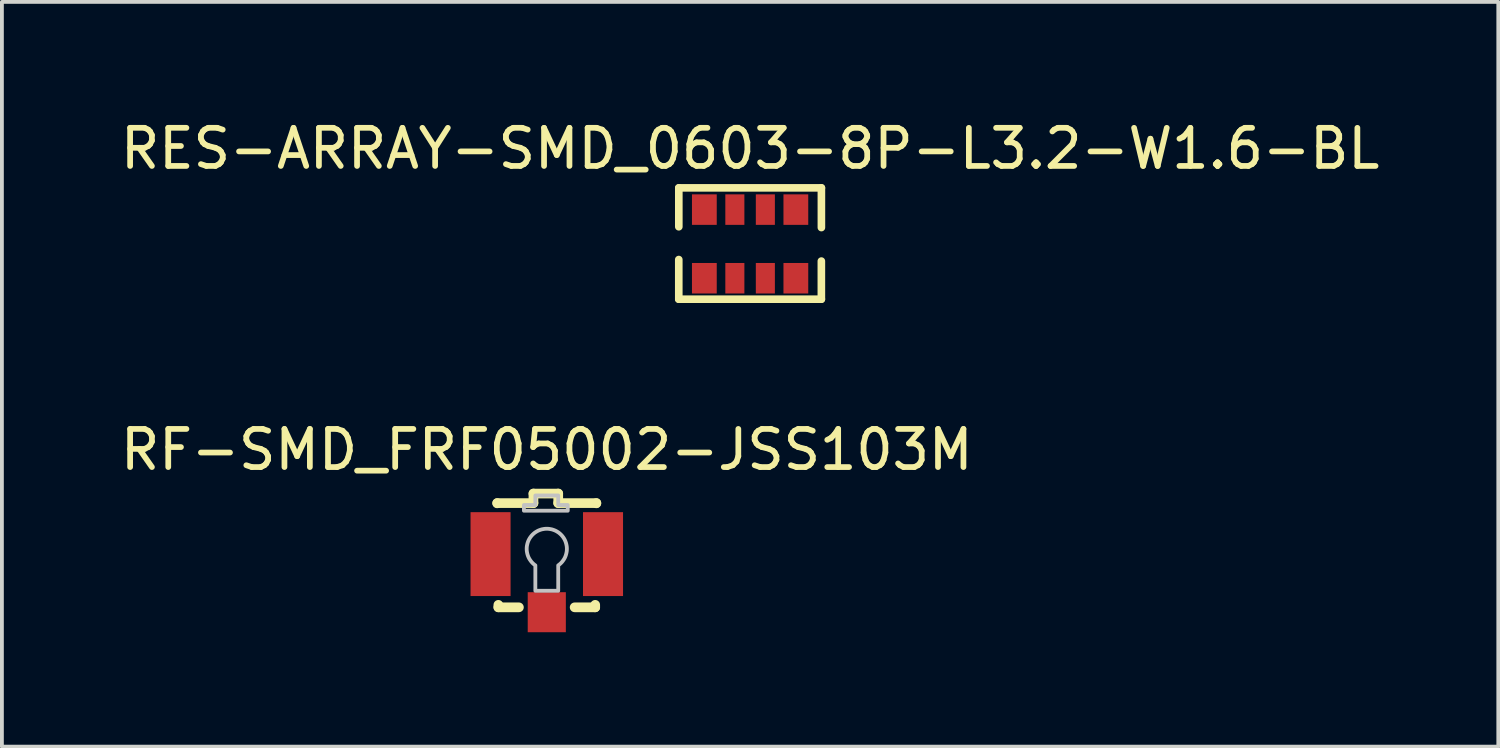
<source format=kicad_pcb>
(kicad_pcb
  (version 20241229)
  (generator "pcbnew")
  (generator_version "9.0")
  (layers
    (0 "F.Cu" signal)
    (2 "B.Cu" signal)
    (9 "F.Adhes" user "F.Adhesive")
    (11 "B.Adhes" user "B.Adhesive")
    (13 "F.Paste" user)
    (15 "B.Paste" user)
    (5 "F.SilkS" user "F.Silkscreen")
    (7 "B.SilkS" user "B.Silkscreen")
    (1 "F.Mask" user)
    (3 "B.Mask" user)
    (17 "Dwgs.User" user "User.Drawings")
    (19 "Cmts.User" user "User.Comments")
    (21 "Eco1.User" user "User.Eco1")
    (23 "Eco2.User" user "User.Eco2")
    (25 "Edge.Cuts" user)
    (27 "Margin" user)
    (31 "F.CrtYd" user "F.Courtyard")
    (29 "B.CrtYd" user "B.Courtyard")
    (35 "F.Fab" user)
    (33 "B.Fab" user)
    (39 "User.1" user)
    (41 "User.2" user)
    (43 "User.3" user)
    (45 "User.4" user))
  (footprint "RES-ARRAY-SMD_0603-8P-L3.2-W1.6-BL"
    (layer "F.Cu")
    (at 16.625 3.348)
    (property "Reference" "RES-ARRAY-SMD_0603-8P-L3.2-W1.6-BL" (at 0 -2.5 0) (layer "F.SilkS") (effects (font (size 1 1) (thickness 0.15))))
    (fp_line (start -1.871 1.45) (end -1.871 0.41) (stroke (width 0.2) (type default)) (layer "F.SilkS"))
    (fp_line (start -1.87 -1.47) (end 1.87 -1.47) (stroke (width 0.2) (type default)) (layer "F.SilkS"))
    (fp_line (start -1.87 -0.45) (end -1.87 -1.47) (stroke (width 0.2) (type default)) (layer "F.SilkS"))
    (fp_line (start 1.869 0.45) (end 1.869 1.45) (stroke (width 0.2) (type default)) (layer "F.SilkS"))
    (fp_line (start 1.869 1.45) (end -1.871 1.45) (stroke (width 0.2) (type default)) (layer "F.SilkS"))
    (fp_line (start 1.87 -1.47) (end 1.87 -0.429) (stroke (width 0.2) (type default)) (layer "F.SilkS"))
    (fp_poly (pts (xy -1.45 -0.5) (xy -1.45 -0.8) (xy -0.95 -0.8) (xy -0.95 -0.5)) (stroke (width 0.1) (type default)) (fill no) (layer "User.1"))
    (fp_poly (pts (xy -1.45 0.8) (xy -1.45 0.5) (xy -0.95 0.5) (xy -0.95 0.8)) (stroke (width 0.1) (type default)) (fill no) (layer "User.1"))
    (fp_poly (pts (xy -0.65 -0.5) (xy -0.65 -0.8) (xy -0.15 -0.8) (xy -0.15 -0.5)) (stroke (width 0.1) (type default)) (fill no) (layer "User.1"))
    (fp_poly (pts (xy -0.65 0.8) (xy -0.65 0.5) (xy -0.15 0.5) (xy -0.15 0.8)) (stroke (width 0.1) (type default)) (fill no) (layer "User.1"))
    (fp_poly (pts (xy 0.15 -0.5) (xy 0.15 -0.8) (xy 0.65 -0.8) (xy 0.65 -0.5)) (stroke (width 0.1) (type default)) (fill no) (layer "User.1"))
    (fp_poly (pts (xy 0.15 0.8) (xy 0.15 0.5) (xy 0.65 0.5) (xy 0.65 0.8)) (stroke (width 0.1) (type default)) (fill no) (layer "User.1"))
    (fp_poly (pts (xy 0.95 -0.5) (xy 0.95 -0.8) (xy 1.45 -0.8) (xy 1.45 -0.5)) (stroke (width 0.1) (type default)) (fill no) (layer "User.1"))
    (fp_poly (pts (xy 0.95 0.8) (xy 0.95 0.5) (xy 1.45 0.5) (xy 1.45 0.8)) (stroke (width 0.1) (type default)) (fill no) (layer "User.1"))
    (fp_line (start -1.6 -0.8) (end 1.6 -0.8) (stroke (width 0.051) (type default)) (layer "User.2"))
    (fp_line (start -1.6 0.8) (end -1.6 -0.8) (stroke (width 0.051) (type default)) (layer "User.2"))
    (fp_line (start 1.6 -0.8) (end 1.6 0.8) (stroke (width 0.051) (type default)) (layer "User.2"))
    (fp_line (start 1.6 0.8) (end -1.6 0.8) (stroke (width 0.051) (type default)) (layer "User.2"))
    (fp_poly (pts (xy -1.54 0.8) (xy -1.558 0.758) (xy -1.6 0.74) (xy -1.642 0.758) (xy -1.66 0.8) (xy -1.642 0.842) (xy -1.6 0.86) (xy -1.558 0.842)) (stroke (width 0.1) (type default)) (fill no) (layer "User.3"))
    (pad "1" smd rect (at -1.2 0.9) (size 0.65 0.8) (layers "F.Cu" "F.Mask" "F.Paste"))
    (pad "2" smd rect (at -0.4 0.9) (size 0.5 0.8) (layers "F.Cu" "F.Mask" "F.Paste"))
    (pad "3" smd rect (at 0.4 0.9) (size 0.5 0.8) (layers "F.Cu" "F.Mask" "F.Paste"))
    (pad "4" smd rect (at 1.2 0.9) (size 0.65 0.8) (layers "F.Cu" "F.Mask" "F.Paste"))
    (pad "5" smd rect (at 1.2 -0.9) (size 0.65 0.8) (layers "F.Cu" "F.Mask" "F.Paste"))
    (pad "6" smd rect (at 0.4 -0.9) (size 0.5 0.8) (layers "F.Cu" "F.Mask" "F.Paste"))
    (pad "7" smd rect (at -0.4 -0.9) (size 0.5 0.8) (layers "F.Cu" "F.Mask" "F.Paste"))
    (pad "8" smd rect (at -1.2 -0.9) (size 0.65 0.8) (layers "F.Cu" "F.Mask" "F.Paste")))
  (footprint "RF-SMD_FRF05002-JSS103M"
    (layer "F.Cu")
    (at 11.292 12.246)
    (property "Reference" "RF-SMD_FRF05002-JSS103M" (at 0 -3.5 0) (layer "F.SilkS") (effects (font (size 1 1) (thickness 0.15))))
    (fp_line (start -1.3 -2.1) (end -0.35 -2.1) (stroke (width 0.254) (type default)) (layer "F.SilkS"))
    (fp_line (start -1.3 -2.094) (end -1.3 -2.1) (stroke (width 0.254) (type default)) (layer "F.SilkS"))
    (fp_line (start -1.27 0.569) (end -1.27 0.634) (stroke (width 0.254) (type default)) (layer "F.SilkS"))
    (fp_line (start -1.27 0.634) (end -0.731 0.634) (stroke (width 0.254) (type default)) (layer "F.SilkS"))
    (fp_line (start -0.35 -2.35) (end 0.3 -2.35) (stroke (width 0.254) (type default)) (layer "F.SilkS"))
    (fp_line (start -0.35 -2.1) (end -0.35 -2.35) (stroke (width 0.254) (type default)) (layer "F.SilkS"))
    (fp_line (start 0.3 -2.35) (end 0.3 -2.1) (stroke (width 0.254) (type default)) (layer "F.SilkS"))
    (fp_line (start 0.3 -2.1) (end 1.3 -2.1) (stroke (width 0.254) (type default)) (layer "F.SilkS"))
    (fp_line (start 0.731 0.634) (end 1.27 0.634) (stroke (width 0.254) (type default)) (layer "F.SilkS"))
    (fp_line (start 1.27 0.634) (end 1.27 0.569) (stroke (width 0.254) (type default)) (layer "F.SilkS"))
    (fp_line (start 1.3 -2.1) (end 1.3 -2.094) (stroke (width 0.254) (type default)) (layer "F.SilkS"))
    (fp_poly (pts (xy -0.3 -2.05) (xy -0.3 -2.3) (xy 0.3 -2.3) (xy 0.3 -2.05) (xy 0.55 -2.05) (xy 0.55 -1.9) (xy -0.6 -1.9) (xy -0.6 -2.05)) (stroke (width 0.1) (type default)) (fill no) (layer "Dwgs.User"))
    (fp_poly (pts (xy 0.033 -1.426) (xy 0 -1.427) (xy -0.033 -1.426) (xy -0.066 -1.423) (xy -0.099 -1.417) (xy -0.131 -1.411) (xy -0.163 -1.401) (xy -0.194 -1.39) (xy -0.225 -1.377) (xy -0.254 -1.362) (xy -0.282 -1.345) (xy -0.31 -1.327) (xy -0.336 -1.306) (xy -0.361 -1.284) (xy -0.384 -1.261) (xy -0.406 -1.236) (xy -0.426 -1.21) (xy -0.445 -1.183) (xy -0.462 -1.154) (xy -0.477 -1.125) (xy -0.49 -1.094) (xy -0.501 -1.063) (xy -0.51 -1.031) (xy -0.517 -0.999) (xy -0.523 -0.966) (xy -0.526 -0.933) (xy -0.527 -0.9) (xy -0.526 -0.867) (xy -0.523 -0.834) (xy -0.517 -0.801) (xy -0.51 -0.769) (xy -0.501 -0.737) (xy -0.49 -0.706) (xy -0.477 -0.675) (xy -0.462 -0.646) (xy -0.445 -0.618) (xy -0.426 -0.591) (xy -0.406 -0.564) (xy -0.384 -0.539) (xy -0.361 -0.516) (xy -0.336 -0.494) (xy -0.31 -0.473) (xy -0.3 -0.467) (xy -0.3 0.2) (xy 0.3 0.2) (xy 0.3 -0.467) (xy 0.31 -0.473) (xy 0.336 -0.494) (xy 0.361 -0.516) (xy 0.384 -0.539) (xy 0.406 -0.564) (xy 0.426 -0.591) (xy 0.445 -0.618) (xy 0.462 -0.646) (xy 0.477 -0.675) (xy 0.49 -0.706) (xy 0.501 -0.737) (xy 0.51 -0.769) (xy 0.517 -0.801) (xy 0.523 -0.834) (xy 0.526 -0.867) (xy 0.527 -0.9) (xy 0.526 -0.933) (xy 0.523 -0.966) (xy 0.517 -0.999) (xy 0.51 -1.031) (xy 0.501 -1.063) (xy 0.49 -1.094) (xy 0.477 -1.125) (xy 0.462 -1.154) (xy 0.445 -1.183) (xy 0.426 -1.21) (xy 0.406 -1.236) (xy 0.384 -1.261) (xy 0.361 -1.284) (xy 0.336 -1.306) (xy 0.31 -1.327) (xy 0.282 -1.345) (xy 0.254 -1.362) (xy 0.225 -1.377) (xy 0.194 -1.39) (xy 0.163 -1.401) (xy 0.131 -1.411) (xy 0.099 -1.417) (xy 0.066 -1.423)) (stroke (width 0.1) (type default)) (fill no) (layer "Dwgs.User"))
    (fp_poly (pts (xy -1.5 -1.663) (xy -1.1 -1.663) (xy -1.1 0.138) (xy -1.5 0.138)) (stroke (width 0.1) (type default)) (fill no) (layer "User.1"))
    (fp_poly (pts (xy -0.3 0.79) (xy -0.3 0.3) (xy 0.3 0.3) (xy 0.3 0.79)) (stroke (width 0.1) (type default)) (fill no) (layer "User.1"))
    (fp_poly (pts (xy 1.1 -1.663) (xy 1.5 -1.663) (xy 1.5 0.138) (xy 1.1 0.138)) (stroke (width 0.1) (type default)) (fill no) (layer "User.1"))
    (fp_line (start -1.3 -2.062) (end -0.301 -2.062) (stroke (width 0.051) (type default)) (layer "User.2"))
    (fp_line (start -1.3 0.537) (end -1.3 -2.062) (stroke (width 0.051) (type default)) (layer "User.2"))
    (fp_line (start -0.301 -2.062) (end -0.299 -2.313) (stroke (width 0.051) (type default)) (layer "User.2"))
    (fp_line (start -0.299 -2.313) (end 0.301 -2.312) (stroke (width 0.051) (type default)) (layer "User.2"))
    (fp_line (start 0.3 -2.062) (end 1.3 -2.062) (stroke (width 0.051) (type default)) (layer "User.2"))
    (fp_line (start 0.301 -2.312) (end 0.3 -2.062) (stroke (width 0.051) (type default)) (layer "User.2"))
    (fp_line (start 1.3 -2.062) (end 1.3 0.537) (stroke (width 0.051) (type default)) (layer "User.2"))
    (fp_line (start 1.3 0.537) (end -1.3 0.537) (stroke (width 0.051) (type default)) (layer "User.2"))
    (fp_poly (pts (xy 1.56 0.79) (xy 1.542 0.748) (xy 1.5 0.73) (xy 1.458 0.748) (xy 1.44 0.79) (xy 1.458 0.832) (xy 1.5 0.85) (xy 1.542 0.832)) (stroke (width 0.1) (type default)) (fill no) (layer "User.3"))
    (pad "1" smd rect (at 0 0.762) (size 1 1.05) (layers "F.Cu" "F.Mask" "F.Paste"))
    (pad "2" smd rect (at -1.475 -0.762) (size 1.05 2.2) (layers "F.Cu" "F.Mask" "F.Paste"))
    (pad "3" smd rect (at 1.475 -0.762) (size 1.05 2.2) (layers "F.Cu" "F.Mask" "F.Paste")))
  (gr_rect
    (start -3 -3)
    (end 36.25 16.534)
    (stroke (width 0.1) (type default))
    (fill no)
    (layer "Edge.Cuts")))
</source>
